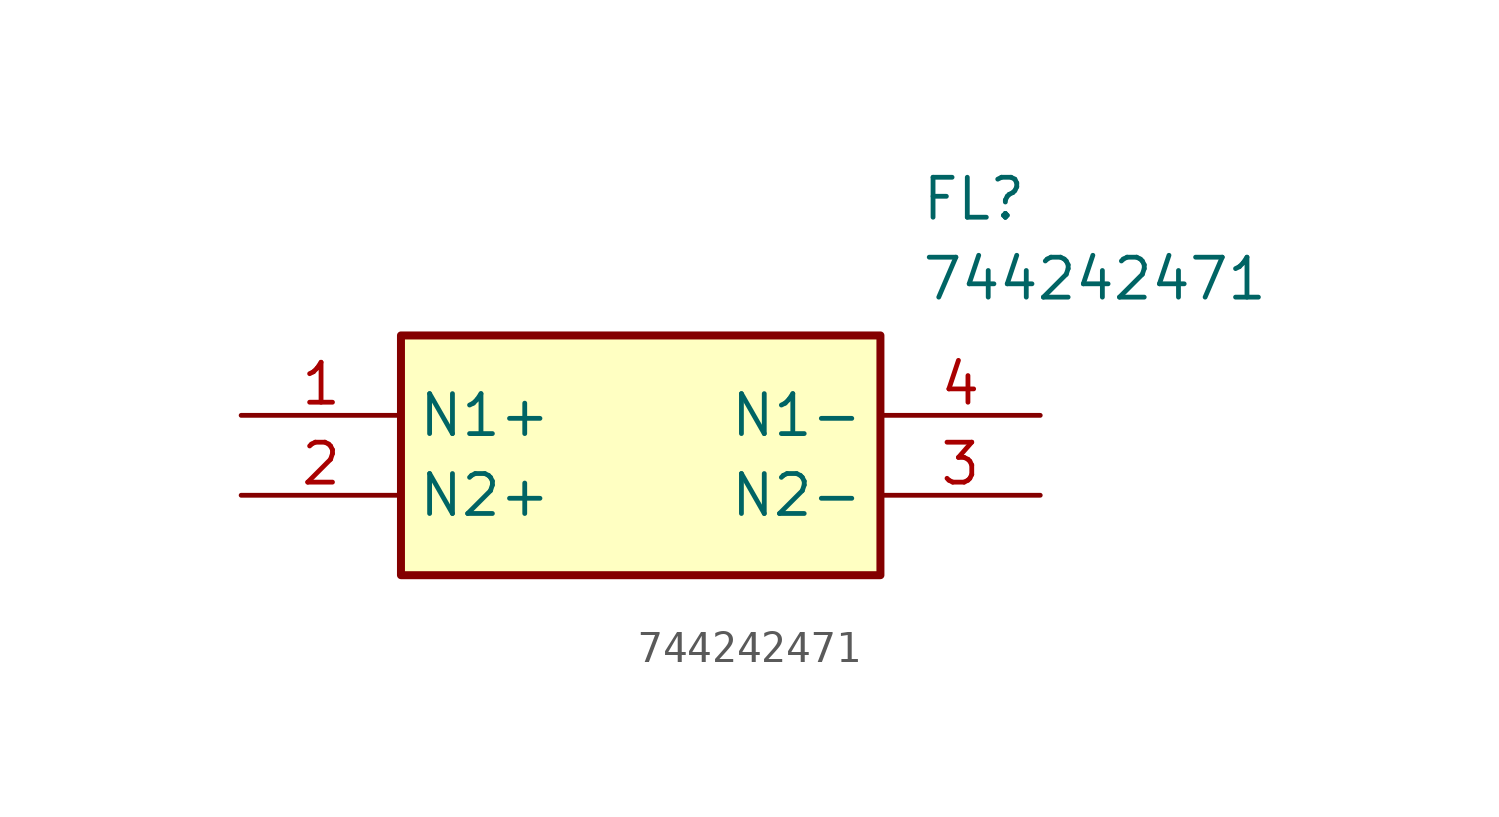
<source format=kicad_sym>
(kicad_symbol_lib
  (version 20211014)
  (generator SamacSys_ECAD_Model)
  (symbol "744242471"
    (property "Reference" "FL"
      (at 21.59 7.62 0)
      (effects (font (size 1.27 1.27)) (justify left top)))
    (property "Value" "744242471"
      (at 21.59 5.08 0)
      (effects (font (size 1.27 1.27)) (justify left top)))
    (rectangle
      (start 5.08 2.54)
      (end 20.32 -5.08)
      (stroke (width 0.254) (type default))
      (fill (type background)))
    (pin passive line
      (at 0 0 0)
      (length 5.08)
      (name "N1+" (effects (font (size 1.27 1.27))))
      (number "1" (effects (font (size 1.27 1.27)))))
    (pin passive line
      (at 0 -2.54 0)
      (length 5.08)
      (name "N2+" (effects (font (size 1.27 1.27))))
      (number "2" (effects (font (size 1.27 1.27)))))
    (pin passive line
      (at 25.4 -2.54 180)
      (length 5.08)
      (name "N2-" (effects (font (size 1.27 1.27))))
      (number "3" (effects (font (size 1.27 1.27)))))
    (pin passive line
      (at 25.4 0 180)
      (length 5.08)
      (name "N1-" (effects (font (size 1.27 1.27))))
      (number "4" (effects (font (size 1.27 1.27)))))))
</source>
